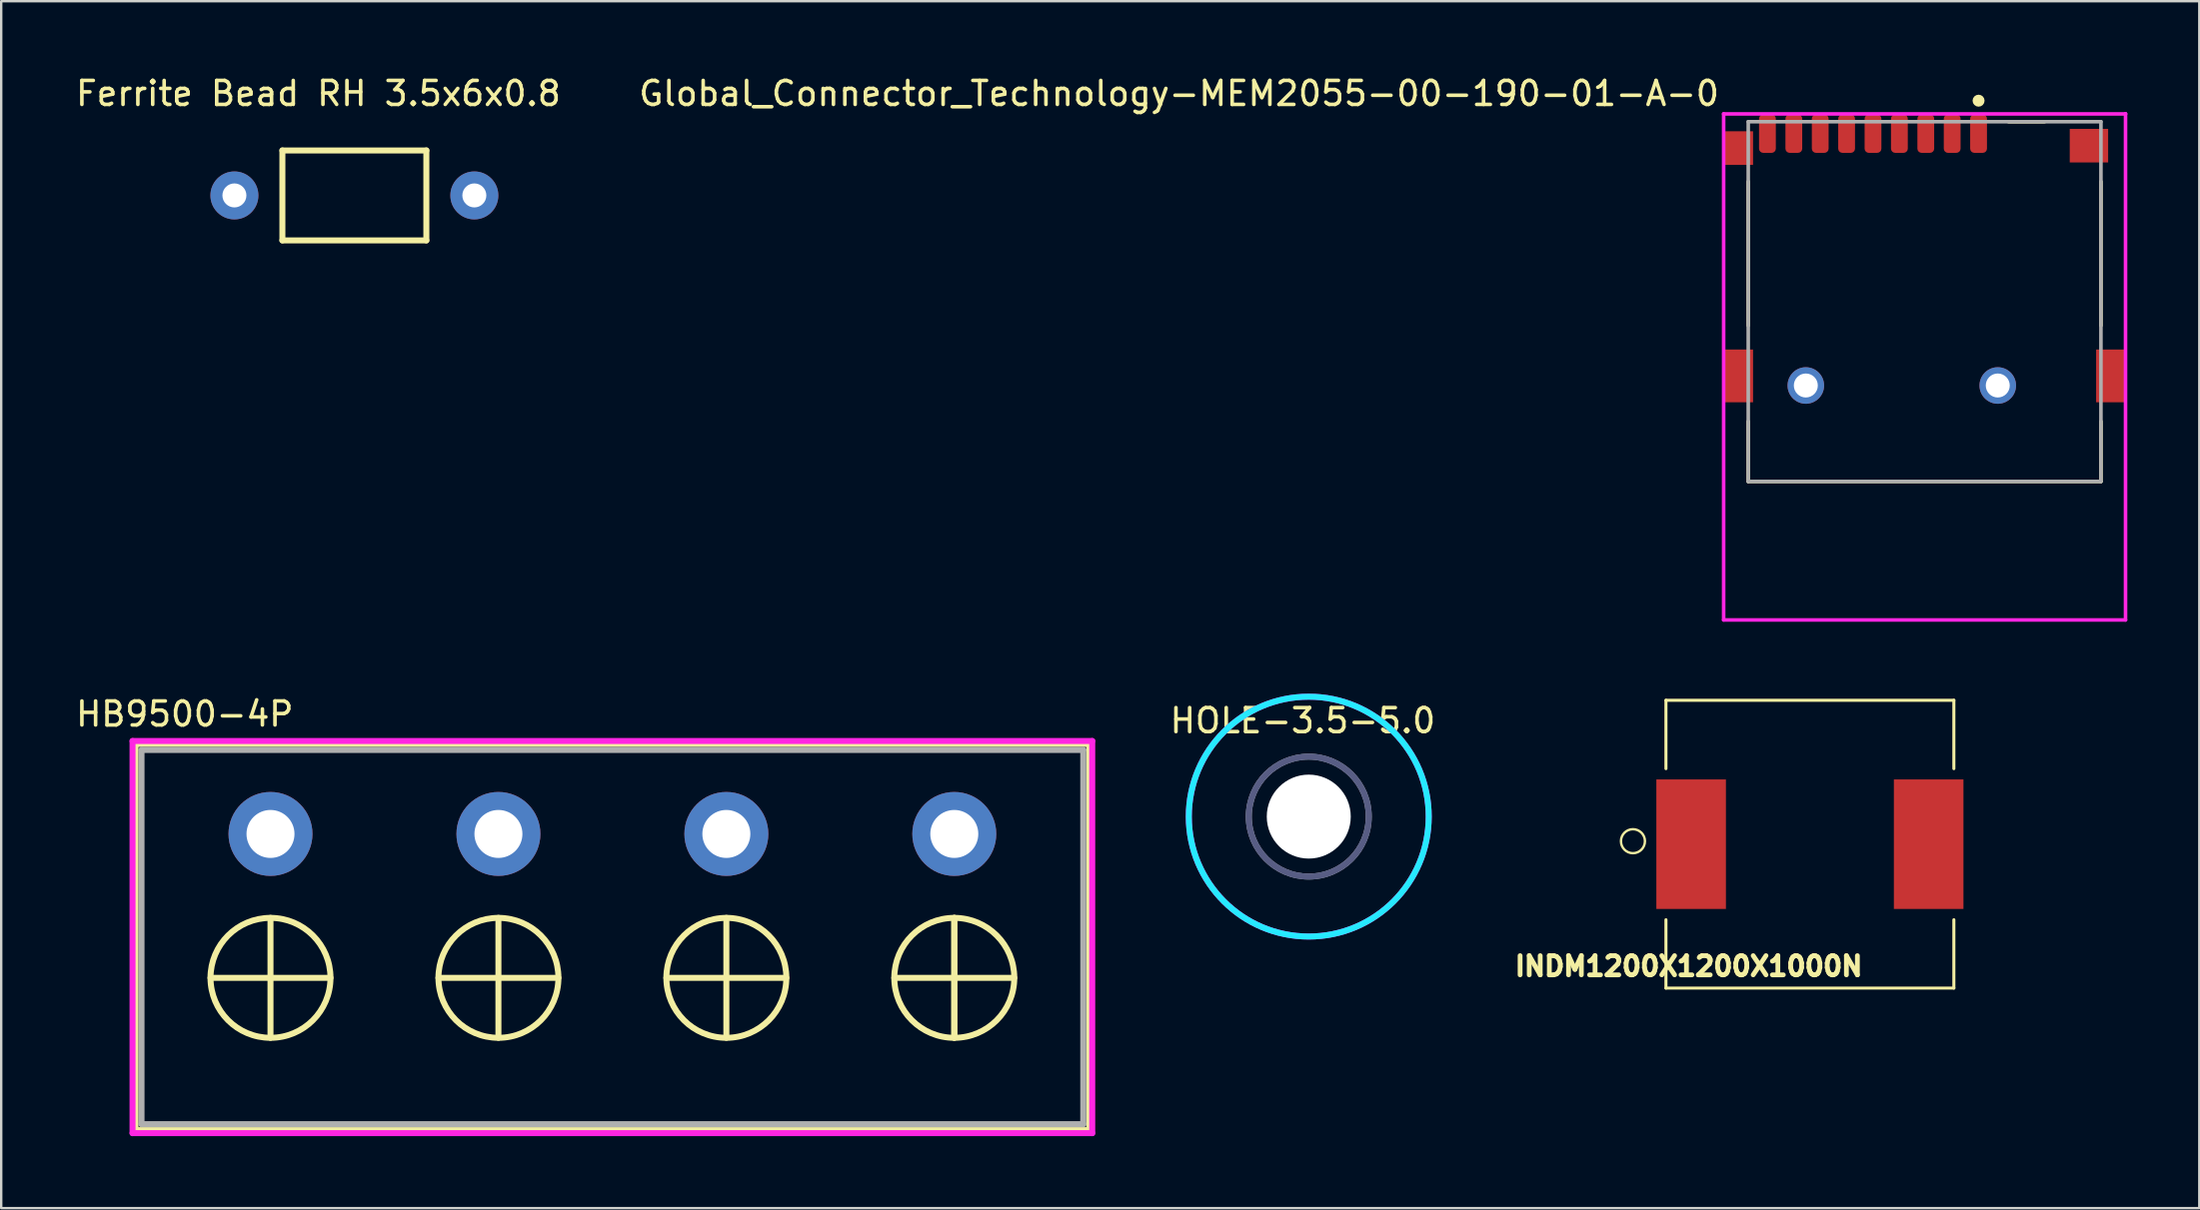
<source format=kicad_pcb>
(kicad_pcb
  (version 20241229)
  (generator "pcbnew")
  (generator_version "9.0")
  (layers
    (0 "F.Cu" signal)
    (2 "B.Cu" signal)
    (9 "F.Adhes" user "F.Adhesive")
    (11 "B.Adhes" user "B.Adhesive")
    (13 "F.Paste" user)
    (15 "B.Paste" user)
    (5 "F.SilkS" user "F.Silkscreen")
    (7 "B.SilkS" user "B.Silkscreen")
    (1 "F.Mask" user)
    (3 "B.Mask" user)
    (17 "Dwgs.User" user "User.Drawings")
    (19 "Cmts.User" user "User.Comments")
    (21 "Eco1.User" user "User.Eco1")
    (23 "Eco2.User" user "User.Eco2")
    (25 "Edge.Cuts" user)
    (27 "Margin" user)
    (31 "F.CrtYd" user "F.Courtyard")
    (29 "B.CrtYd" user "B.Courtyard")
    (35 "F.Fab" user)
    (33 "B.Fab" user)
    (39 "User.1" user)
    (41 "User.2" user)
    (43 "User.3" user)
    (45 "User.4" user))
  (footprint "INDM1200X1200X1000N"
    (layer "F.Cu")
    (at 72.385 32.148)
    (property "Reference" "INDM1200X1200X1000N" (at -5.05 5.088 0) (layer "F.SilkS") (effects (font (size 0.8 0.8) (thickness 0.2))))
    (attr smd)
    (fp_line (start -6 -3.15) (end -6 -6) (stroke (width 0.127) (type solid)) (layer "F.SilkS"))
    (fp_line (start -6 6) (end -6 3.15) (stroke (width 0.127) (type solid)) (layer "F.SilkS"))
    (fp_line (start -6 6) (end 6 6) (stroke (width 0.127) (type solid)) (layer "F.SilkS"))
    (fp_line (start 6 -6) (end -6 -6) (stroke (width 0.127) (type solid)) (layer "F.SilkS"))
    (fp_line (start 6 -6) (end 6 -3.15) (stroke (width 0.127) (type solid)) (layer "F.SilkS"))
    (fp_line (start 6 6) (end 6 3.15) (stroke (width 0.127) (type solid)) (layer "F.SilkS"))
    (fp_circle (center -7.375 -0.125) (end -6.875 -0.125) (stroke (width 0.1) (type solid)) (fill no) (layer "F.SilkS"))
    (fp_line (start -6.75 -6.25) (end -6.75 6.25) (stroke (width 0.05) (type solid)) (layer "Eco1.User"))
    (fp_line (start -6.75 6.25) (end 6.75 6.25) (stroke (width 0.05) (type solid)) (layer "Eco1.User"))
    (fp_line (start 6.75 -6.25) (end -6.75 -6.25) (stroke (width 0.05) (type solid)) (layer "Eco1.User"))
    (fp_line (start 6.75 6.25) (end 6.75 -6.25) (stroke (width 0.05) (type solid)) (layer "Eco1.User"))
    (fp_line (start -6 -6) (end -6 6) (stroke (width 0.127) (type solid)) (layer "Eco2.User"))
    (fp_line (start 6 6) (end 6 -6) (stroke (width 0.127) (type solid)) (layer "Eco2.User"))
    (pad "1" smd rect (at -4.95 0 270) (size 5.4 2.9) (layers "F.Cu" "F.Mask" "F.Paste"))
    (pad "2" smd rect (at 4.95 0 270) (size 5.4 2.9) (layers "F.Cu" "F.Mask" "F.Paste")))
  (footprint "Ferrite Bead RH 3.5x6x0.8"
    (layer "F.Cu")
    (at 11.72 5.098)
    (property "Reference" "Ferrite Bead RH 3.5x6x0.8" (at -1.5 -4.25 0) (layer "F.SilkS") (effects (font (size 1 1) (thickness 0.15))))
    (attr through_hole)
    (fp_line (start -3 -1.875) (end -3 1.875) (stroke (width 0.25) (type solid)) (layer "F.SilkS"))
    (fp_line (start -3 -1.875) (end 3 -1.875) (stroke (width 0.25) (type solid)) (layer "F.SilkS"))
    (fp_line (start -3 1.875) (end 3 1.875) (stroke (width 0.25) (type solid)) (layer "F.SilkS"))
    (fp_line (start 3 1.875) (end 3 -1.875) (stroke (width 0.25) (type solid)) (layer "F.SilkS"))
    (fp_line (start -3 -1.75) (end 3 -1.75) (stroke (width 0.25) (type solid)) (layer "Eco1.User"))
    (fp_line (start -3 1.75) (end 3 1.75) (stroke (width 0.25) (type solid)) (layer "Eco1.User"))
    (pad "1" thru_hole circle (at -5 0) (size 2 2) (drill 1) (layers "*.Cu" "*.Mask"))
    (pad "2" thru_hole circle (at 5 0) (size 2 2) (drill 1) (layers "*.Cu" "*.Mask")))
  (footprint "HOLE-3.5-5.0"
    (layer "F.Cu")
    (at 51.498 30.998)
    (property "Reference" "HOLE-3.5-5.0" (at -0.25 -4 0) (layer "F.SilkS") (effects (font (size 1 1) (thickness 0.15))))
    (attr through_hole)
    (fp_circle (center 0 0) (end 5 0) (stroke (width 0.25) (type solid)) (fill no) (layer "B.CrtYd"))
    (fp_circle (center 0 0) (end 5 0) (stroke (width 0.25) (type solid)) (fill no) (layer "F.CrtYd"))
    (fp_circle (center 0 0) (end 2.5 0) (stroke (width 0.25) (type solid)) (fill no) (layer "B.Fab"))
    (fp_circle (center 0 0) (end 2.5 0) (stroke (width 0.25) (type solid)) (fill no) (layer "F.Fab"))
    (pad "" np_thru_hole circle (at 0 0) (size 3.5 3.5) (drill 3.5) (layers "*.Cu" "*.Mask")))
  (footprint "Global_Connector_Technology-MEM2055-00-190-01-A-0"
    (layer "F.Cu")
    (at 77.165 9.523)
    (property "Reference" "Global_Connector_Technology-MEM2055-00-190-01-A-0" (at -8.475 -8.675 180) (layer "F.SilkS") (effects (font (size 1 1) (thickness 0.15)) (justify right)))
    (attr through_hole)
    (fp_line (start -7.35 -5) (end -7.35 1) (stroke (width 0.15) (type solid)) (layer "F.SilkS"))
    (fp_line (start -7.35 5) (end -7.35 7.5) (stroke (width 0.15) (type solid)) (layer "F.SilkS"))
    (fp_line (start -7.35 7.5) (end 7.35 7.5) (stroke (width 0.15) (type solid)) (layer "F.SilkS"))
    (fp_line (start 5 -7.5) (end 3.5 -7.5) (stroke (width 0.15) (type solid)) (layer "F.SilkS"))
    (fp_line (start 7.35 -5) (end 7.35 1) (stroke (width 0.15) (type solid)) (layer "F.SilkS"))
    (fp_line (start 7.35 7.5) (end 7.35 5) (stroke (width 0.15) (type solid)) (layer "F.SilkS"))
    (fp_circle (center 2.25 -8.375) (end 2.375 -8.375) (stroke (width 0.25) (type solid)) (fill no) (layer "F.SilkS"))
    (fp_line (start -8.375 -7.825) (end -8.375 13.275) (stroke (width 0.15) (type solid)) (layer "F.CrtYd"))
    (fp_line (start -8.375 13.275) (end 8.375 13.275) (stroke (width 0.15) (type solid)) (layer "F.CrtYd"))
    (fp_line (start 8.375 -7.825) (end -8.375 -7.825) (stroke (width 0.15) (type solid)) (layer "F.CrtYd"))
    (fp_line (start 8.375 -7.825) (end 8.375 -7.825) (stroke (width 0.15) (type solid)) (layer "F.CrtYd"))
    (fp_line (start 8.375 13.275) (end 8.375 -7.825) (stroke (width 0.15) (type solid)) (layer "F.CrtYd"))
    (fp_line (start -7.35 -7.5) (end 7.35 -7.5) (stroke (width 0.15) (type solid)) (layer "F.Fab"))
    (fp_line (start -7.35 7.5) (end -7.35 -7.5) (stroke (width 0.15) (type solid)) (layer "F.Fab"))
    (fp_line (start 7.35 -7.5) (end 7.35 7.5) (stroke (width 0.15) (type solid)) (layer "F.Fab"))
    (fp_line (start 7.35 7.5) (end -7.35 7.5) (stroke (width 0.15) (type solid)) (layer "F.Fab"))
    (pad "" np_thru_hole circle (at -4.95 3.5) (size 1.524 1.524) (drill 1) (layers "*.Cu"))
    (pad "" np_thru_hole circle (at 3.05 3.5) (size 1.524 1.524) (drill 1) (layers "*.Cu"))
    (pad "1" smd roundrect (at 2.25 -7) (size 0.7 1.6) (layers "F.Cu" "F.Mask" "F.Paste") (roundrect_rratio 0.25))
    (pad "2" smd roundrect (at 1.15 -7) (size 0.7 1.6) (layers "F.Cu" "F.Mask" "F.Paste") (roundrect_rratio 0.25))
    (pad "3" smd roundrect (at 0.05 -7) (size 0.7 1.6) (layers "F.Cu" "F.Mask" "F.Paste") (roundrect_rratio 0.25))
    (pad "4" smd roundrect (at -1.05 -7) (size 0.7 1.6) (layers "F.Cu" "F.Mask" "F.Paste") (roundrect_rratio 0.25))
    (pad "5" smd roundrect (at -2.15 -7) (size 0.7 1.6) (layers "F.Cu" "F.Mask" "F.Paste") (roundrect_rratio 0.25))
    (pad "6" smd roundrect (at -3.25 -7) (size 0.7 1.6) (layers "F.Cu" "F.Mask" "F.Paste") (roundrect_rratio 0.25))
    (pad "7" smd roundrect (at -4.35 -7) (size 0.7 1.6) (layers "F.Cu" "F.Mask" "F.Paste") (roundrect_rratio 0.25))
    (pad "8" smd roundrect (at -5.45 -7) (size 0.7 1.6) (layers "F.Cu" "F.Mask" "F.Paste") (roundrect_rratio 0.25))
    (pad "9" smd roundrect (at -6.55 -7) (size 0.7 1.6) (layers "F.Cu" "F.Mask" "F.Paste") (roundrect_rratio 0.25))
    (pad "10" smd rect (at -7.75 -6.4) (size 1.2 1.4) (layers "F.Cu" "F.Mask" "F.Paste"))
    (pad "11" smd rect (at 6.85 -6.5) (size 1.6 1.4) (layers "F.Cu" "F.Mask" "F.Paste"))
    (pad "12" smd rect (at -7.75 3.1) (size 1.2 2.2) (layers "F.Cu" "F.Mask" "F.Paste"))
    (pad "13" smd rect (at 7.75 3.1) (size 1.2 2.2) (layers "F.Cu" "F.Mask" "F.Paste")))
  (footprint "HB9500-4P"
    (layer "F.Cu")
    (at 8.224 31.721)
    (property "Reference" "HB9500-4P" (at -3.575 -5 0) (layer "F.SilkS") (effects (font (size 1 1) (thickness 0.15))))
    (attr through_hole)
    (fp_line (start -5.625 -3.75) (end 34.125 -3.75) (stroke (width 0.25) (type solid)) (layer "F.SilkS"))
    (fp_line (start -5.625 12.35) (end -5.625 -3.75) (stroke (width 0.25) (type solid)) (layer "F.SilkS"))
    (fp_line (start 0 3.5) (end 0 8.5) (stroke (width 0.25) (type solid)) (layer "F.SilkS"))
    (fp_line (start 0 6) (end -2.5 6) (stroke (width 0.25) (type solid)) (layer "F.SilkS"))
    (fp_line (start 2.5 6) (end 0 6) (stroke (width 0.25) (type solid)) (layer "F.SilkS"))
    (fp_line (start 9.5 3.5) (end 9.5 8.5) (stroke (width 0.25) (type solid)) (layer "F.SilkS"))
    (fp_line (start 9.5 6) (end 7 6) (stroke (width 0.25) (type solid)) (layer "F.SilkS"))
    (fp_line (start 9.5 6) (end 12 6) (stroke (width 0.25) (type solid)) (layer "F.SilkS"))
    (fp_line (start 16.5 6) (end 19 6) (stroke (width 0.25) (type solid)) (layer "F.SilkS"))
    (fp_line (start 19 3.5) (end 19 8.5) (stroke (width 0.25) (type solid)) (layer "F.SilkS"))
    (fp_line (start 19 6) (end 21.5 6) (stroke (width 0.25) (type solid)) (layer "F.SilkS"))
    (fp_line (start 28.5 3.5) (end 28.5 6) (stroke (width 0.25) (type solid)) (layer "F.SilkS"))
    (fp_line (start 28.5 6) (end 26 6) (stroke (width 0.25) (type solid)) (layer "F.SilkS"))
    (fp_line (start 28.5 6) (end 28.5 3.5) (stroke (width 0.25) (type solid)) (layer "F.SilkS"))
    (fp_line (start 28.5 6) (end 28.5 8.5) (stroke (width 0.25) (type solid)) (layer "F.SilkS"))
    (fp_line (start 28.5 6) (end 31 6) (stroke (width 0.25) (type solid)) (layer "F.SilkS"))
    (fp_line (start 28.5 8.5) (end 28.5 6) (stroke (width 0.25) (type solid)) (layer "F.SilkS"))
    (fp_line (start 34.125 -3.75) (end 34.125 12.35) (stroke (width 0.25) (type solid)) (layer "F.SilkS"))
    (fp_line (start 34.125 12.35) (end -5.625 12.35) (stroke (width 0.25) (type solid)) (layer "F.SilkS"))
    (fp_circle (center 0 6) (end 0 3.5) (stroke (width 0.25) (type solid)) (fill no) (layer "F.SilkS"))
    (fp_circle (center 9.5 6) (end 9.5 3.5) (stroke (width 0.25) (type solid)) (fill no) (layer "F.SilkS"))
    (fp_circle (center 19 6) (end 19 3.5) (stroke (width 0.25) (type solid)) (fill no) (layer "F.SilkS"))
    (fp_circle (center 28.5 6) (end 28.5 3.5) (stroke (width 0.25) (type solid)) (fill no) (layer "F.SilkS"))
    (fp_line (start -5.5 -3.625) (end 34 -3.625) (stroke (width 0.25) (type solid)) (layer "Eco1.User"))
    (fp_line (start -5.5 12.225) (end -5.5 -3.625) (stroke (width 0.25) (type solid)) (layer "Eco1.User"))
    (fp_line (start 34 -3.625) (end 34 12.225) (stroke (width 0.25) (type solid)) (layer "Eco1.User"))
    (fp_line (start 34 12.225) (end -5.5 12.225) (stroke (width 0.25) (type solid)) (layer "Eco1.User"))
    (fp_line (start -5.75 -3.875) (end 34.25 -3.875) (stroke (width 0.25) (type solid)) (layer "F.CrtYd"))
    (fp_line (start -5.75 12.475) (end -5.75 -3.875) (stroke (width 0.25) (type solid)) (layer "F.CrtYd"))
    (fp_line (start 34.25 -3.875) (end 34.25 12.475) (stroke (width 0.25) (type solid)) (layer "F.CrtYd"))
    (fp_line (start 34.25 12.475) (end -5.75 12.475) (stroke (width 0.25) (type solid)) (layer "F.CrtYd"))
    (fp_line (start -5.375 -3.5) (end 33.875 -3.5) (stroke (width 0.25) (type solid)) (layer "F.Fab"))
    (fp_line (start -5.375 12.1) (end -5.375 -3.5) (stroke (width 0.25) (type solid)) (layer "F.Fab"))
    (fp_line (start 33.875 -3.5) (end 33.875 12.1) (stroke (width 0.25) (type solid)) (layer "F.Fab"))
    (fp_line (start 33.875 12.1) (end -5.375 12.1) (stroke (width 0.25) (type solid)) (layer "F.Fab"))
    (pad "1" thru_hole circle (at 0 0) (size 3.5 3.5) (drill 2) (layers "*.Cu" "*.Mask"))
    (pad "2" thru_hole circle (at 9.5 0) (size 3.5 3.5) (drill 2) (layers "*.Cu" "*.Mask"))
    (pad "3" thru_hole circle (at 19 0) (size 3.5 3.5) (drill 2) (layers "*.Cu" "*.Mask"))
    (pad "4" thru_hole circle (at 28.5 0) (size 3.5 3.5) (drill 2) (layers "*.Cu" "*.Mask")))
  (gr_rect
    (start -3 -3)
    (end 88.615 47.322)
    (stroke (width 0.1) (type default))
    (fill no)
    (layer "Edge.Cuts")))
</source>
